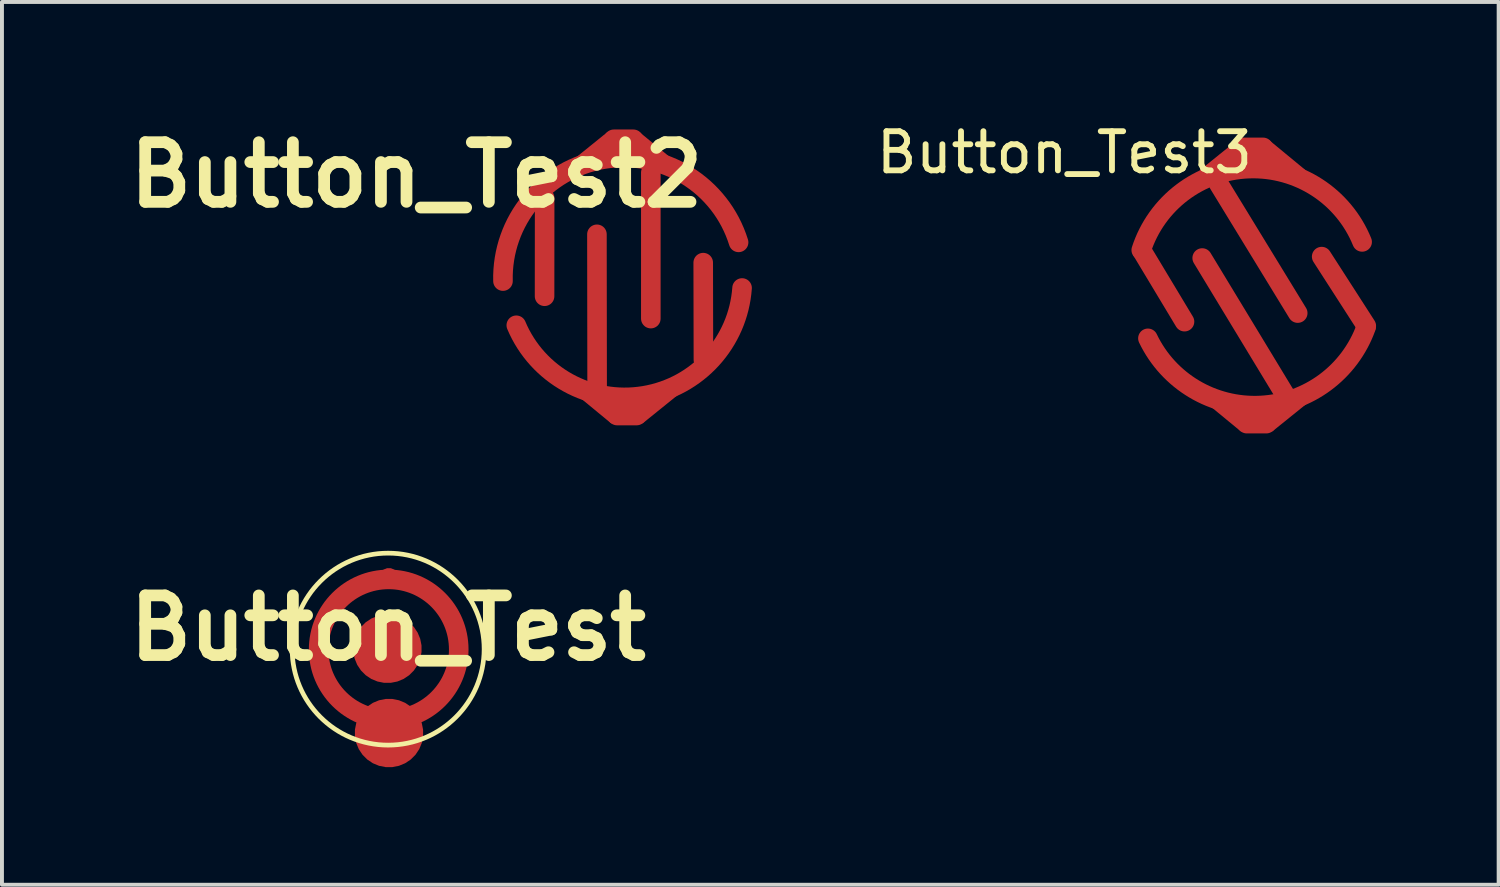
<source format=kicad_pcb>
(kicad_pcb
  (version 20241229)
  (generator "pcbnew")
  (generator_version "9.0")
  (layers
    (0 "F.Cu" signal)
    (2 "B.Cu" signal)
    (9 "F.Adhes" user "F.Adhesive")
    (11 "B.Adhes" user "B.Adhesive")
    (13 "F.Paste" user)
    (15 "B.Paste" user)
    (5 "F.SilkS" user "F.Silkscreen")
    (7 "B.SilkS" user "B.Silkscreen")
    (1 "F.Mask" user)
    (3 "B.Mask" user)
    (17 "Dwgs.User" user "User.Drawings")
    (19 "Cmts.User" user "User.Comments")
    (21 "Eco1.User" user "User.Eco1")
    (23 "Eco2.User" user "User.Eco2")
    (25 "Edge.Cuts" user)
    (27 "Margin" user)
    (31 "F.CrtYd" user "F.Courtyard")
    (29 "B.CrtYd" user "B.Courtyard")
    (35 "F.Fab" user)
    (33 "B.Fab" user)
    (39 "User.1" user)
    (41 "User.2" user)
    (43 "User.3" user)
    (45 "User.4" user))
  (footprint "Button_Test3"
    (layer "F.Cu")
    (at 29.005 4.216)
    (property "Reference" "Button_Test3" (at -4.856 -3.368 0) (layer "F.SilkS") (effects (font (size 1 1) (thickness 0.15))))
    (attr through_hole)
    (fp_line (start -2.865 -0.838) (end -1.788 0.953) (stroke (width 0.5) (type solid)) (layer "F.Cu"))
    (fp_line (start -1.336 -0.673) (end 0.782 2.822) (stroke (width 0.5) (type solid)) (layer "F.Cu"))
    (fp_line (start -0.917 -2.573) (end 1.105 0.734) (stroke (width 0.5) (type solid)) (layer "F.Cu"))
    (fp_line (start 1.717 -0.709) (end 2.857 1.062) (stroke (width 0.5) (type solid)) (layer "F.Cu"))
    (fp_arc (start -2.893263 -0.876365) (mid -0.144144 -2.957192) (end 2.75082 -1.08458) (stroke (width 0.5) (type solid)) (layer "F.Cu"))
    (fp_arc (start 2.849293 1.100933) (mid 0.155877 3.095618) (end -2.72288 1.37922) (stroke (width 0.5) (type solid)) (layer "F.Cu"))
    (fp_poly (pts (xy -1.237 2.962) (xy 1.374 2.954) (xy 0.439 3.708) (xy -0.33 3.708)) (stroke (width 0.1) (type solid)) (fill yes) (layer "F.Cu"))
    (fp_poly (pts (xy 1.257 -2.893) (xy -1.354 -2.885) (xy -0.419 -3.64) (xy 0.351 -3.64)) (stroke (width 0.1) (type solid)) (fill yes) (layer "F.Cu"))
    (fp_circle (center -0.018 0.076) (end 2.979 -0.17) (stroke (width 0.5) (type solid)) (fill no) (layer "F.Mask"))
    (fp_poly (pts (xy 0.721 -2.837) (xy 1.024 -2.649) (xy 1.041 -2.649) (xy 1.079 -2.634) (xy 2.113 -2.052) (xy 2.51 -1.412) (xy 2.941 -0.264) (xy 2.885 0.996) (xy 2.377 1.897) (xy 1.532 2.576) (xy 0.439 3.048) (xy -0.688 2.992) (xy -1.778 2.466) (xy -2.512 1.694) (xy -2.944 0.528) (xy -3.002 -0.864) (xy -2.174 -2.029) (xy -0.914 -2.764) (xy -0.104 -2.875)) (stroke (width 0.1) (type solid)) (fill yes) (layer "F.Mask"))
    (pad "1" connect oval (at -0.03 -3.5 90) (size 0.5 1) (layers "F.Cu"))
    (pad "2" connect oval (at 0.053 3.559 90) (size 0.5 1) (layers "F.Cu")))
  (footprint "Button_Test2"
    (layer "F.Cu")
    (at 12.884 4.055)
    (property "Reference" "Button_Test2" (at -5.293 -2.637 0) (layer "F.SilkS") (effects (font (size 1.524 1.524) (thickness 0.3))))
    (attr through_hole)
    (fp_line (start -2.017 -2.047) (end -2.019 0.465) (stroke (width 0.5) (type solid)) (layer "F.Cu"))
    (fp_line (start -0.681 -1.118) (end -0.676 2.802) (stroke (width 0.5) (type solid)) (layer "F.Cu"))
    (fp_line (start 0.696 -2.697) (end 0.696 1.036) (stroke (width 0.5) (type solid)) (layer "F.Cu"))
    (fp_line (start 2.035 -0.394) (end 2.04 2.093) (stroke (width 0.5) (type solid)) (layer "F.Cu"))
    (fp_arc (start -3.081636 0.077301) (mid -0.502196 -3.039099) (end 2.93878 -0.91186) (stroke (width 0.5) (type solid)) (layer "F.Cu"))
    (fp_arc (start 3.02768 0.254) (mid 0.519215 3.008402) (end -2.74147 1.206443) (stroke (width 0.5) (type solid)) (layer "F.Cu"))
    (fp_poly (pts (xy -1.206 2.916) (xy 1.405 2.908) (xy 0.47 3.663) (xy -0.3 3.663)) (stroke (width 0.1) (type solid)) (fill yes) (layer "F.Cu"))
    (fp_poly (pts (xy 1.288 -2.939) (xy -1.323 -2.931) (xy -0.389 -3.686) (xy 0.381 -3.686)) (stroke (width 0.1) (type solid)) (fill yes) (layer "F.Cu"))
    (fp_circle (center 0.025 -0.015) (end 3.084 -0.363) (stroke (width 0.5) (type solid)) (fill no) (layer "F.Mask"))
    (fp_poly (pts (xy 0.036 -2.88) (xy 1.158 -2.71) (xy 2.047 -2.225) (xy 2.576 -1.273) (xy 2.893 -0.49) (xy 2.87 0.442) (xy 2.616 1.331) (xy 2.068 2.05) (xy 1.433 2.494) (xy 0.564 2.812) (xy -0.218 2.896) (xy -1.064 2.705) (xy -1.699 2.388) (xy -2.291 1.816) (xy -2.652 1.077) (xy -2.819 0.295) (xy -2.926 -0.574) (xy -2.248 -1.885) (xy -1.552 -2.456) (xy -0.663 -2.86) (xy 0.079 -2.901)) (stroke (width 0.1) (type solid)) (fill yes) (layer "F.Mask"))
    (pad "1" connect oval (at 0 -3.546 90) (size 0.5 1) (layers "F.Cu"))
    (pad "2" connect oval (at 0.084 3.513 90) (size 0.5 1) (layers "F.Cu")))
  (footprint "Button_Test"
    (layer "F.Cu")
    (at 6.865 12.999)
    (property "Reference" "Button_Test" (at 0 0 0) (layer "F.SilkS") (effects (font (size 1.524 1.524) (thickness 0.3))))
    (attr through_hole)
    (fp_circle (center 0.017 0.546) (end 1.807 0.546) (stroke (width 0.5) (type solid)) (fill no) (layer "F.Cu"))
    (fp_poly (pts (xy 0.163 -0.651) (xy 0.31 -0.622) (xy 0.45 -0.577) (xy 0.581 -0.515) (xy 0.703 -0.438) (xy 0.815 -0.347) (xy 0.914 -0.244) (xy 1.001 -0.129) (xy 1.074 -0.004) (xy 1.131 0.13) (xy 1.171 0.272) (xy 1.194 0.421) (xy 1.199 0.528) (xy 1.189 0.681) (xy 1.161 0.828) (xy 1.115 0.968) (xy 1.054 1.1) (xy 0.977 1.222) (xy 0.886 1.333) (xy 0.783 1.433) (xy 0.668 1.519) (xy 0.543 1.591) (xy 0.409 1.648) (xy 0.267 1.689) (xy 0.118 1.711) (xy 0.001 1.716) (xy -0.056 1.714) (xy -0.116 1.71) (xy -0.17 1.705) (xy -0.197 1.701) (xy -0.346 1.664) (xy -0.486 1.61) (xy -0.617 1.539) (xy -0.737 1.454) (xy -0.844 1.355) (xy -0.939 1.244) (xy -1.02 1.122) (xy -1.085 0.99) (xy -1.134 0.851) (xy -1.166 0.704) (xy -1.178 0.552) (xy -1.179 0.528) (xy -1.169 0.376) (xy -1.141 0.229) (xy -1.095 0.089) (xy -1.033 -0.043) (xy -0.956 -0.165) (xy -0.865 -0.276) (xy -0.762 -0.376) (xy -0.647 -0.463) (xy -0.522 -0.535) (xy -0.388 -0.592) (xy -0.246 -0.633) (xy -0.097 -0.656) (xy 0.01 -0.66) (xy 0.163 -0.651)) (stroke (width 0.01) (type solid)) (fill yes) (layer "F.Mask"))
    (fp_poly (pts (xy 0.304 -1.64) (xy 0.507 -1.607) (xy 0.704 -1.558) (xy 0.896 -1.494) (xy 1.08 -1.414) (xy 1.256 -1.32) (xy 1.422 -1.213) (xy 1.576 -1.091) (xy 1.718 -0.957) (xy 1.845 -0.81) (xy 1.958 -0.651) (xy 1.98 -0.615) (xy 2.06 -0.466) (xy 2.126 -0.308) (xy 2.178 -0.145) (xy 2.214 0.019) (xy 2.232 0.18) (xy 2.232 0.185) (xy 2.238 0.295) (xy 1.447 0.295) (xy 1.435 0.185) (xy 1.409 0.035) (xy 1.365 -0.108) (xy 1.303 -0.244) (xy 1.224 -0.37) (xy 1.13 -0.488) (xy 1.021 -0.594) (xy 0.898 -0.689) (xy 0.763 -0.772) (xy 0.616 -0.841) (xy 0.458 -0.896) (xy 0.29 -0.936) (xy 0.269 -0.94) (xy 0.177 -0.951) (xy 0.073 -0.957) (xy -0.037 -0.957) (xy -0.146 -0.951) (xy -0.246 -0.939) (xy -0.268 -0.936) (xy -0.441 -0.895) (xy -0.605 -0.838) (xy -0.757 -0.765) (xy -0.898 -0.674) (xy -1.026 -0.568) (xy -1.062 -0.534) (xy -1.169 -0.414) (xy -1.257 -0.289) (xy -1.326 -0.157) (xy -1.376 -0.017) (xy -1.408 0.13) (xy -1.415 0.185) (xy -1.427 0.295) (xy -2.218 0.295) (xy -2.212 0.185) (xy -2.191 0.003) (xy -2.151 -0.175) (xy -2.092 -0.349) (xy -2.015 -0.516) (xy -1.92 -0.677) (xy -1.807 -0.83) (xy -1.679 -0.975) (xy -1.534 -1.109) (xy -1.374 -1.233) (xy -1.305 -1.28) (xy -1.189 -1.349) (xy -1.057 -1.416) (xy -0.915 -1.477) (xy -0.769 -1.531) (xy -0.623 -1.576) (xy -0.528 -1.599) (xy -0.319 -1.636) (xy -0.11 -1.655) (xy 0.098 -1.656) (xy 0.304 -1.64)) (stroke (width 0.01) (type solid)) (fill yes) (layer "F.Mask"))
    (fp_circle (center 0.003 0.538) (end 2.362 1.209) (stroke (width 0.12) (type solid)) (fill no) (layer "F.SilkS"))
    (pad "" connect custom (at 0.025 2.682) (size 1.75 1.75) (layers "F.Cu") (options (anchor circle)) (primitives (gr_arc (start 0 0) (mid 0 0) (end 0 0) (width 0.1))))
    (pad "1" smd custom (at -0.015 0.528) (size 1.75 1.75) (layers "F.Cu" "F.Mask" "F.Paste") (options (anchor circle)) (primitives (gr_arc (start 0 0) (mid 0 0) (end 0 0) (width 0.1))))
    (pad "2" smd custom (at 0.023 -1.285) (size 0.5 0.5) (layers "F.Cu" "F.Mask" "F.Paste") (options (anchor circle)) (primitives (gr_arc (start 0 0) (mid 0 0) (end 0 0) (width 0.1)))))
  (gr_rect
    (start -3 -3)
    (end 35.244 19.557)
    (stroke (width 0.1) (type default))
    (fill no)
    (layer "Edge.Cuts")))
</source>
